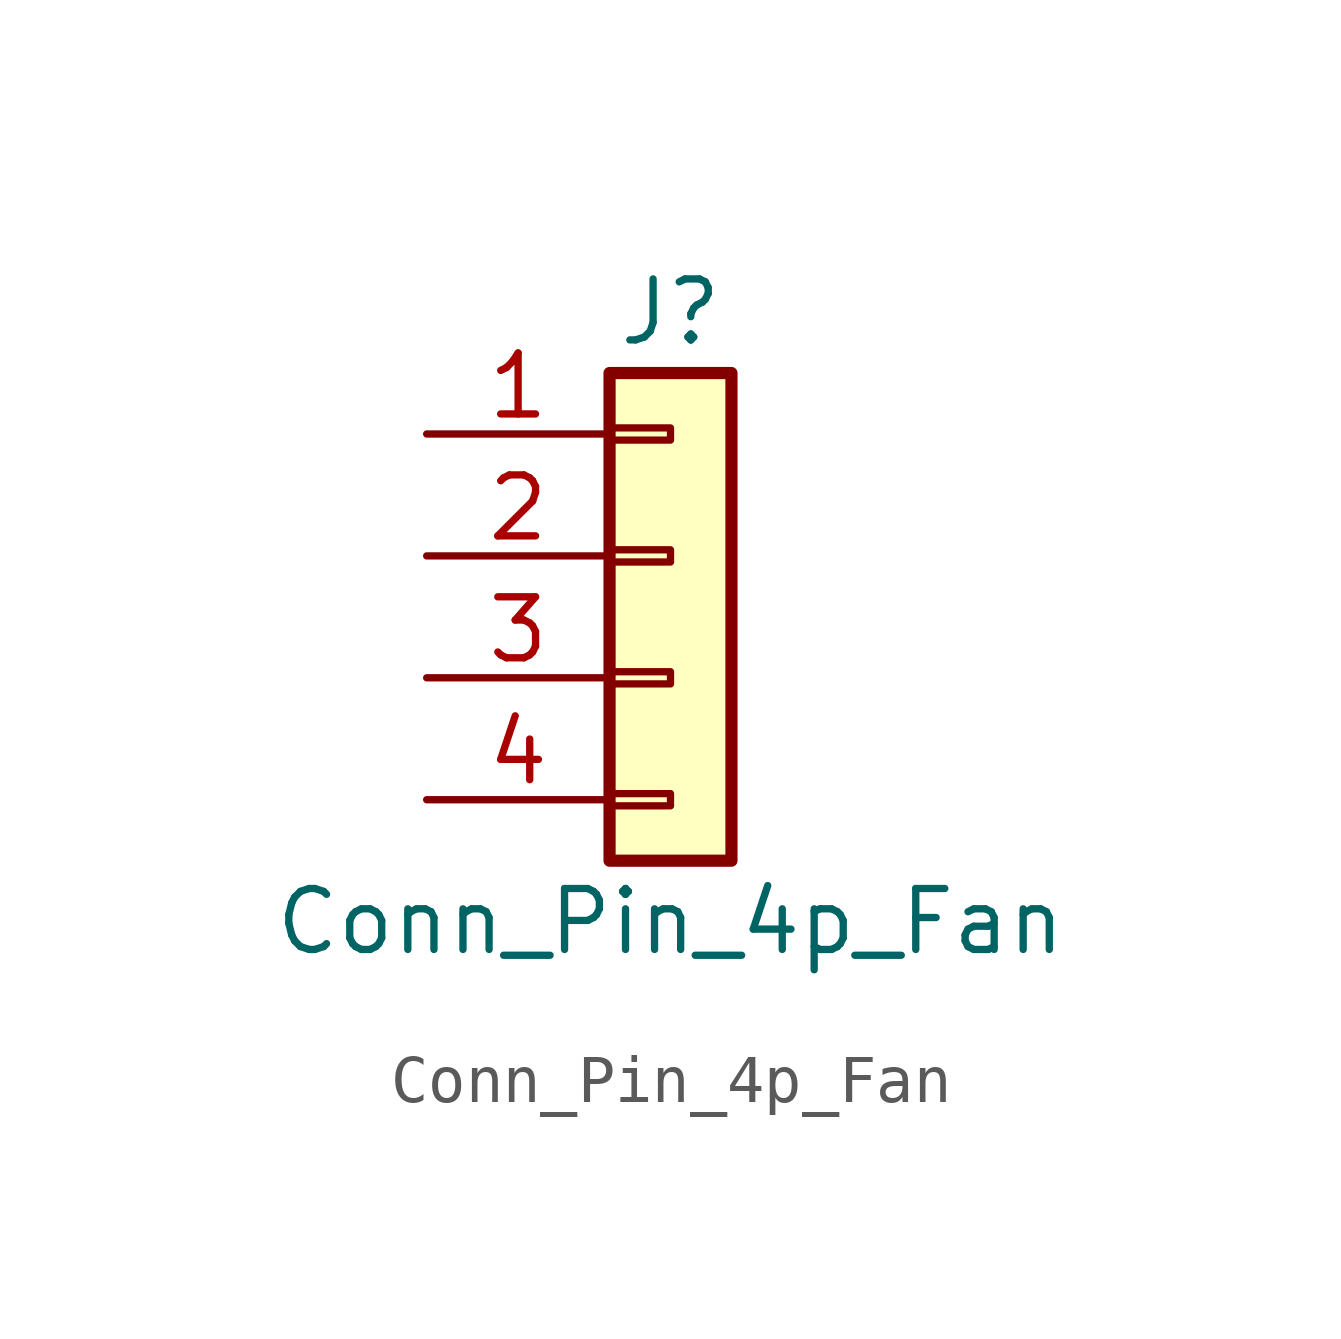
<source format=kicad_sym>
(kicad_symbol_lib
  (version 20231120)
  (generator "kicad_symbol_editor")
  (generator_version "8.0")
  (symbol "Conn_Pin_4p_Fan"
    (pin_names
      (offset 1.016) hide)
    (property "Reference" "J"
      (at 0 5.08 0)
      (effects (font (size 1.27 1.27))))
    (property "Value" "Conn_Pin_4p_Fan"
      (at 0 -7.62 0)
      (effects (font (size 1.27 1.27))))
    (symbol "Conn_Pin_4p_Fan_1_1"
      (rectangle (start -1.27 -4.953) (end 0 -5.207) (stroke (width 0.152) (type default)) (fill (type none)))
      (rectangle (start -1.27 -2.413) (end 0 -2.667) (stroke (width 0.152) (type default)) (fill (type none)))
      (rectangle (start -1.27 0.127) (end 0 -0.127) (stroke (width 0.152) (type default)) (fill (type none)))
      (rectangle (start -1.27 2.667) (end 0 2.413) (stroke (width 0.152) (type default)) (fill (type none)))
      (rectangle (start -1.27 3.81) (end 1.27 -6.35) (stroke (width 0.254) (type default)) (fill (type background)))
      (pin passive line (at -5.08 2.54 0) (length 3.81) (name "Pin_1" (effects (font (size 1.27 1.27)))) (number "1" (effects (font (size 1.27 1.27)))))
      (pin passive line (at -5.08 0 0) (length 3.81) (name "Pin_2" (effects (font (size 1.27 1.27)))) (number "2" (effects (font (size 1.27 1.27)))))
      (pin passive line (at -5.08 -2.54 0) (length 3.81) (name "Pin_3" (effects (font (size 1.27 1.27)))) (number "3" (effects (font (size 1.27 1.27)))))
      (pin passive line (at -5.08 -5.08 0) (length 3.81) (name "Pin_4" (effects (font (size 1.27 1.27)))) (number "4" (effects (font (size 1.27 1.27))))))))
</source>
